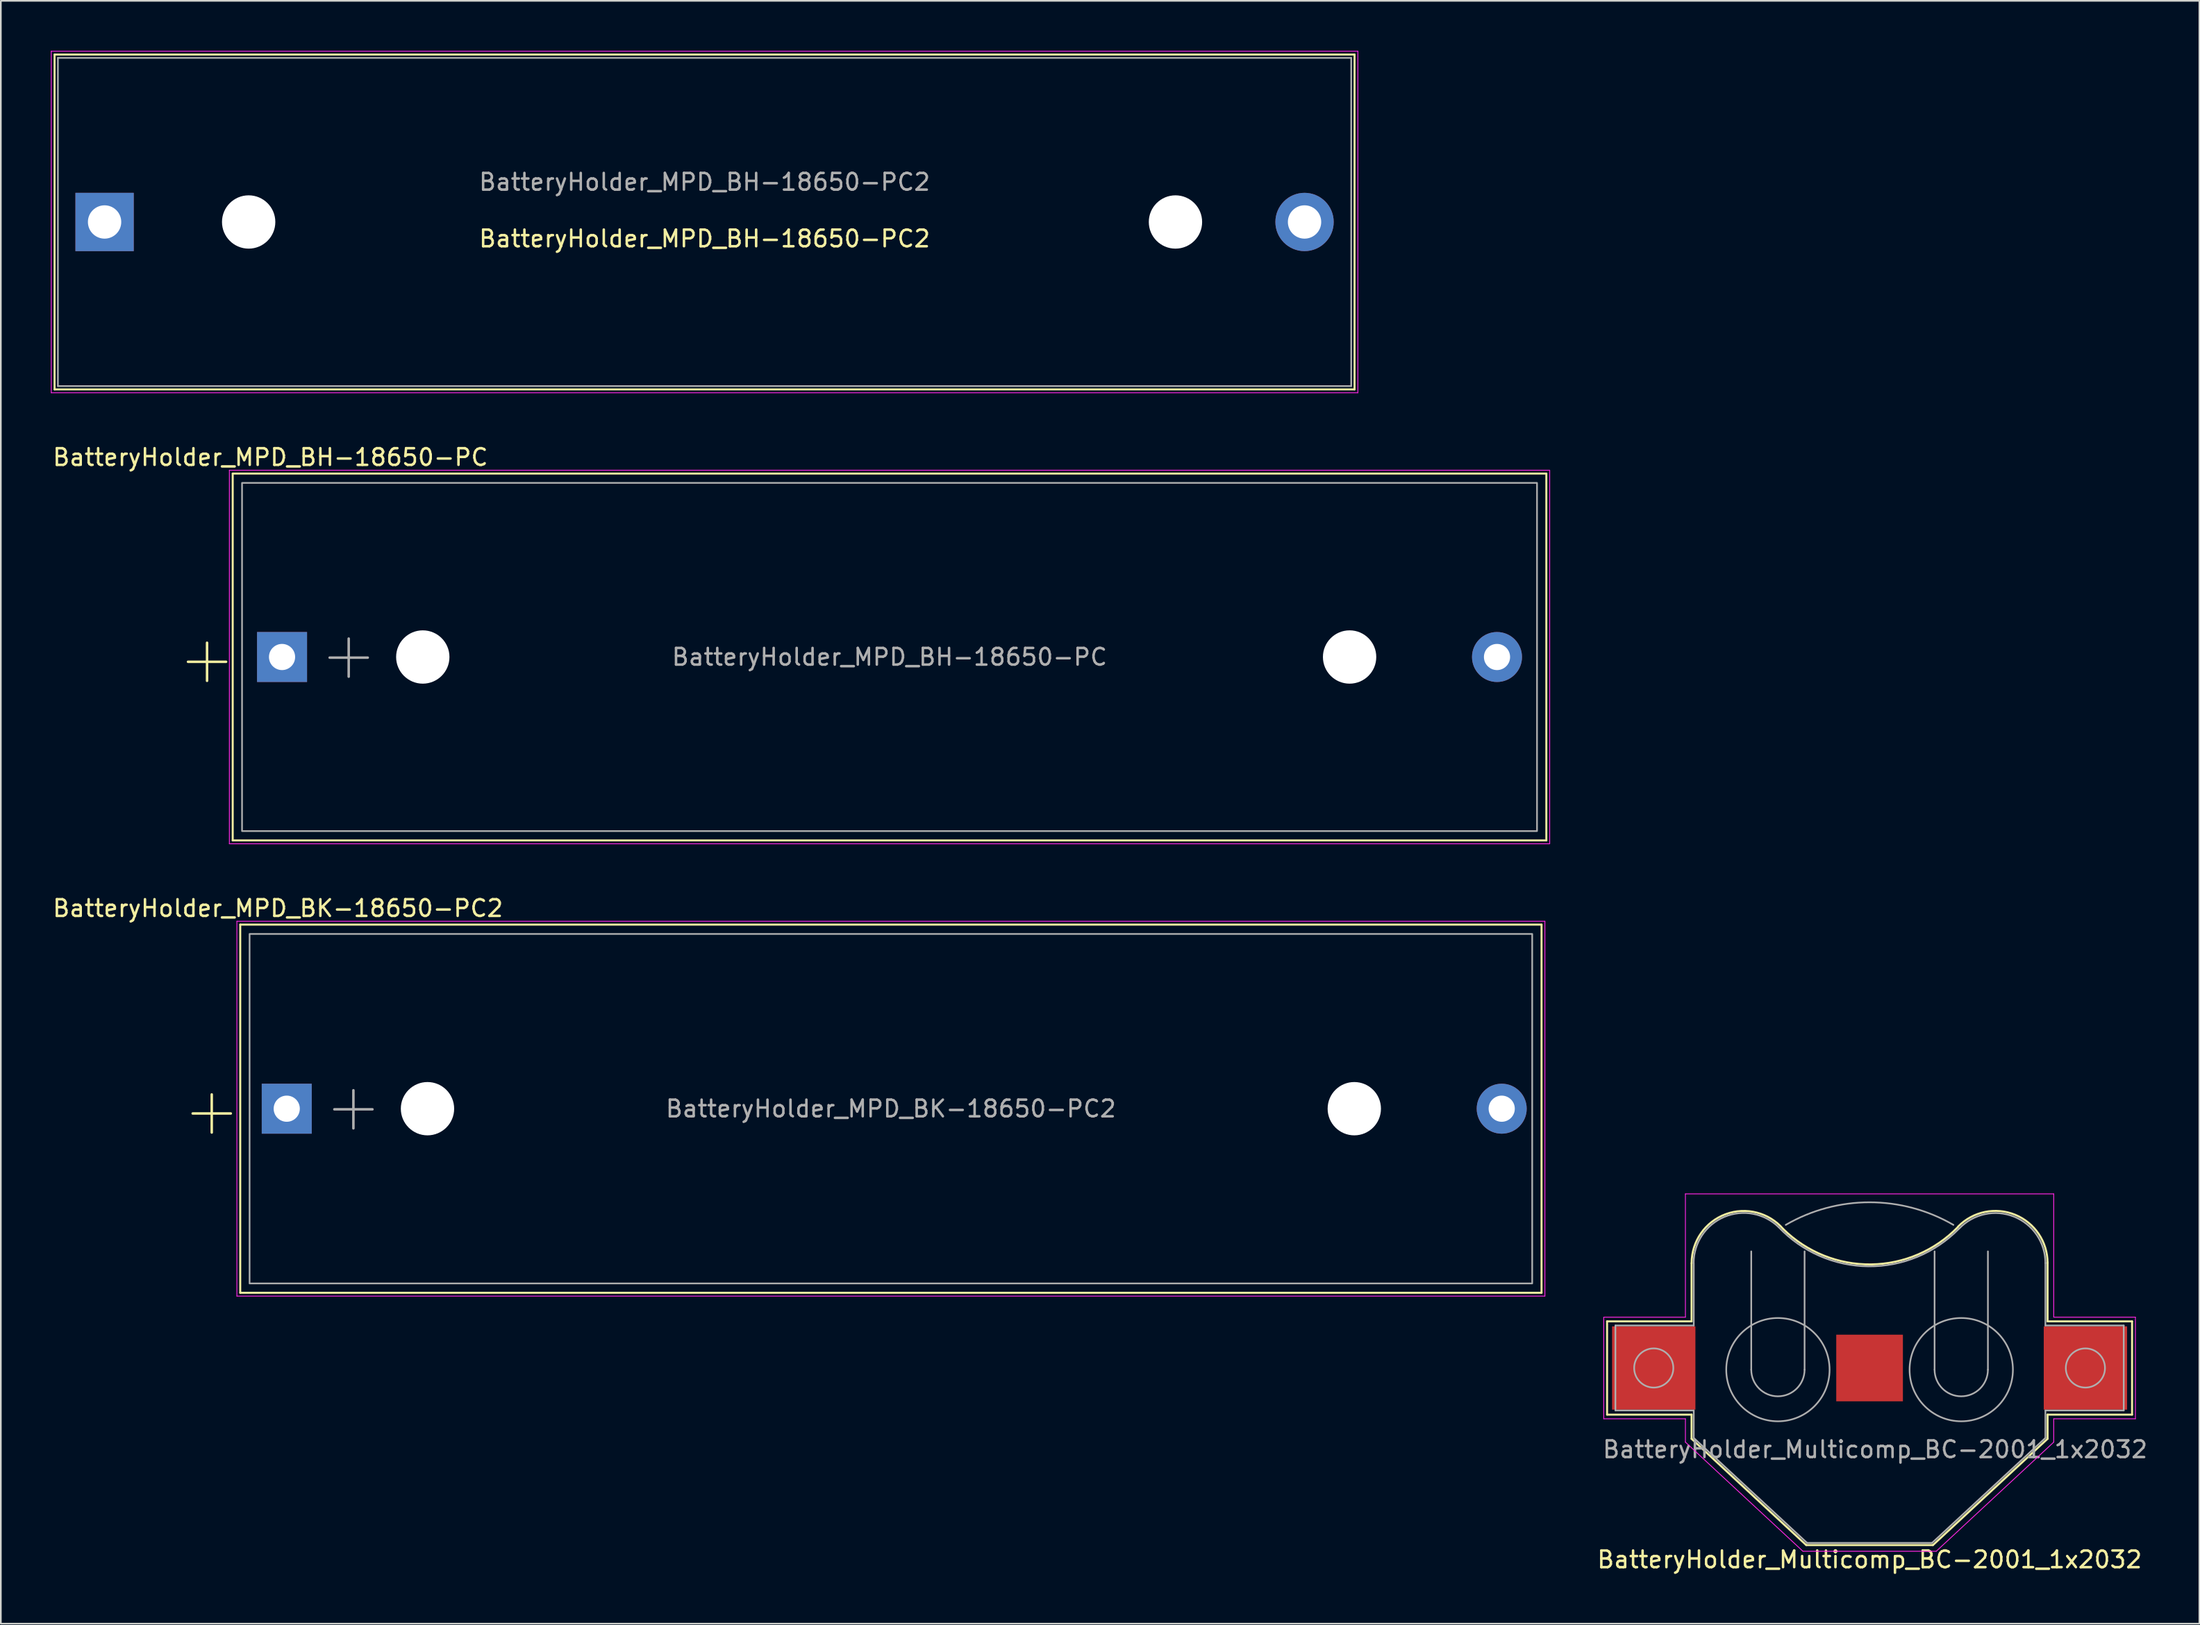
<source format=kicad_pcb>
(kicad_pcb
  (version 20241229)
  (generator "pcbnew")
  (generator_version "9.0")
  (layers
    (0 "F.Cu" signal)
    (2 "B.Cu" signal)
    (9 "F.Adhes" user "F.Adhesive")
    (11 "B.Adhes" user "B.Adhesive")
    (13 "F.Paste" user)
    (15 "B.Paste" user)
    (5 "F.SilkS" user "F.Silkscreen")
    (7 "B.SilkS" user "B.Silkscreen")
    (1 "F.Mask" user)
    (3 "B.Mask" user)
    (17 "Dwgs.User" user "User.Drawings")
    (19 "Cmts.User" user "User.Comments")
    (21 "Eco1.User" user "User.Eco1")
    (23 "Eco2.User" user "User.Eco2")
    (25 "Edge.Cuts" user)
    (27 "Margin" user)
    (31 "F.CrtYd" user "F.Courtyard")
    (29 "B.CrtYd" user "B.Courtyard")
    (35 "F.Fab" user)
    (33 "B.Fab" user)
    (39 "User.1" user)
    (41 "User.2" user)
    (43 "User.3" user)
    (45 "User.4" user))
  (footprint "BatteryHolder_MPD_BH-18650-PC2"
    (layer "F.Cu")
    (at 3.225 10.275)
    (property "Reference" "BatteryHolder_MPD_BH-18650-PC2" (at 36 1 0) (layer "F.SilkS") (effects (font (size 1 1) (thickness 0.15))))
    (attr through_hole)
    (fp_line (start -3 -10.05) (end 75 -10.05) (stroke (width 0.12) (type solid)) (layer "F.SilkS"))
    (fp_line (start -3 10.05) (end -3 -10.05) (stroke (width 0.12) (type solid)) (layer "F.SilkS"))
    (fp_line (start 75 -10.05) (end 75 10.05) (stroke (width 0.12) (type solid)) (layer "F.SilkS"))
    (fp_line (start 75 10.05) (end -3 10.05) (stroke (width 0.12) (type solid)) (layer "F.SilkS"))
    (fp_line (start -3.2 -10.25) (end 75.2 -10.25) (stroke (width 0.05) (type solid)) (layer "F.CrtYd"))
    (fp_line (start -3.2 10.25) (end -3.2 -10.25) (stroke (width 0.05) (type solid)) (layer "F.CrtYd"))
    (fp_line (start 75.2 -10.25) (end 75.2 10.25) (stroke (width 0.05) (type solid)) (layer "F.CrtYd"))
    (fp_line (start 75.2 10.25) (end -3.2 10.25) (stroke (width 0.05) (type solid)) (layer "F.CrtYd"))
    (fp_line (start -2.8 -9.85) (end 74.8 -9.85) (stroke (width 0.1) (type solid)) (layer "F.Fab"))
    (fp_line (start -2.8 9.85) (end -2.8 -9.85) (stroke (width 0.1) (type solid)) (layer "F.Fab"))
    (fp_line (start 74.8 -9.85) (end 74.8 9.85) (stroke (width 0.1) (type solid)) (layer "F.Fab"))
    (fp_line (start 74.8 9.85) (end -2.8 9.85) (stroke (width 0.1) (type solid)) (layer "F.Fab"))
    (fp_text user "${REFERENCE}" (at 36 -2.4 0) (layer "F.Fab") (effects (font (size 1 1) (thickness 0.15))))
    (pad "" np_thru_hole circle (at 8.645 0) (size 3.2 3.2) (drill 3.2) (layers "*.Cu" "*.Mask"))
    (pad "" np_thru_hole circle (at 64.255 0) (size 3.2 3.2) (drill 3.2) (layers "*.Cu" "*.Mask"))
    (pad "1" thru_hole rect (at 0 0) (size 3.5 3.5) (drill 2) (layers "*.Cu" "*.Mask"))
    (pad "2" thru_hole circle (at 72 0) (size 3.5 3.5) (drill 2) (layers "*.Cu" "*.Mask")))
  (footprint "BatteryHolder_MPD_BK-18650-PC2"
    (layer "F.Cu")
    (at 14.155 63.502)
    (property "Reference" "BatteryHolder_MPD_BK-18650-PC2" (at -0.53 -12.03 0) (layer "F.SilkS") (effects (font (size 1 1) (thickness 0.15))))
    (attr through_hole)
    (fp_line (start -2.79 -11.05) (end -2.79 11.05) (stroke (width 0.12) (type solid)) (layer "F.SilkS"))
    (fp_line (start -2.79 -11.05) (end 75.29 -11.05) (stroke (width 0.12) (type solid)) (layer "F.SilkS"))
    (fp_line (start -2.79 11.05) (end 75.29 11.05) (stroke (width 0.12) (type solid)) (layer "F.SilkS"))
    (fp_line (start 75.29 -11.05) (end 75.29 11.05) (stroke (width 0.12) (type solid)) (layer "F.SilkS"))
    (fp_line (start -2.99 -11.25) (end -2.99 11.25) (stroke (width 0.05) (type solid)) (layer "F.CrtYd"))
    (fp_line (start -2.99 11.25) (end 75.49 11.25) (stroke (width 0.05) (type solid)) (layer "F.CrtYd"))
    (fp_line (start 75.49 -11.25) (end -2.99 -11.25) (stroke (width 0.05) (type solid)) (layer "F.CrtYd"))
    (fp_line (start 75.49 11.25) (end 75.49 -11.25) (stroke (width 0.05) (type solid)) (layer "F.CrtYd"))
    (fp_rect (start -2.23 -10.49) (end 74.73 10.49) (stroke (width 0.1) (type solid)) (fill no) (layer "F.Fab"))
    (fp_text user "+" (at -4.5 0.05 0) (layer "F.SilkS") (effects (font (size 3 3) (thickness 0.15))))
    (fp_text user "${REFERENCE}" (at 36.25 0 0) (layer "F.Fab") (effects (font (size 1 1) (thickness 0.15))))
    (fp_text user "+" (at 4 -0.2 0) (layer "F.Fab") (effects (font (size 3 3) (thickness 0.15))))
    (pad "" np_thru_hole circle (at 8.445 0) (size 3.2 3.2) (drill 3.2) (layers "*.Cu" "*.Mask"))
    (pad "" np_thru_hole circle (at 64.055 0) (size 3.2 3.2) (drill 3.2) (layers "*.Cu" "*.Mask"))
    (pad "1" thru_hole rect (at 0 0) (size 3 3) (drill 1.57) (layers "*.Cu" "*.Mask"))
    (pad "2" thru_hole circle (at 72.9 0) (size 3 3) (drill 1.57) (layers "*.Cu" "*.Mask")))
  (footprint "BatteryHolder_Multicomp_BC-2001_1x2032"
    (layer "F.Cu")
    (at 109.128 79.067)
    (property "Reference" "BatteryHolder_Multicomp_BC-2001_1x2032" (at 0 11.5 0) (layer "F.SilkS") (effects (font (size 1 1) (thickness 0.15))))
    (attr smd)
    (fp_line (start -15.75 -2.8) (end -10.68 -2.8) (stroke (width 0.12) (type solid)) (layer "F.SilkS"))
    (fp_line (start -15.75 2.8) (end -15.75 -2.8) (stroke (width 0.12) (type solid)) (layer "F.SilkS"))
    (fp_line (start -15.75 2.8) (end -10.68 2.8) (stroke (width 0.12) (type solid)) (layer "F.SilkS"))
    (fp_line (start -10.68 -2.8) (end -10.68 -6.28) (stroke (width 0.12) (type solid)) (layer "F.SilkS"))
    (fp_line (start -10.68 2.8) (end -10.68 4.25) (stroke (width 0.12) (type solid)) (layer "F.SilkS"))
    (fp_line (start -10.68 4.25) (end -3.8 10.63) (stroke (width 0.12) (type solid)) (layer "F.SilkS"))
    (fp_line (start 3.8 10.63) (end -3.8 10.63) (stroke (width 0.12) (type solid)) (layer "F.SilkS"))
    (fp_line (start 10.68 -2.8) (end 10.68 -6.35) (stroke (width 0.12) (type solid)) (layer "F.SilkS"))
    (fp_line (start 10.68 2.8) (end 10.68 4.25) (stroke (width 0.12) (type solid)) (layer "F.SilkS"))
    (fp_line (start 10.68 2.8) (end 15.75 2.8) (stroke (width 0.12) (type solid)) (layer "F.SilkS"))
    (fp_line (start 10.68 4.25) (end 3.8 10.63) (stroke (width 0.12) (type solid)) (layer "F.SilkS"))
    (fp_line (start 15.75 -2.8) (end 10.68 -2.8) (stroke (width 0.12) (type solid)) (layer "F.SilkS"))
    (fp_line (start 15.75 2.8) (end 15.75 -2.8) (stroke (width 0.12) (type solid)) (layer "F.SilkS"))
    (fp_arc (start -10.677058 -6.3) (mid -8.637972 -9.23169) (end -5.180001 -8.339999) (stroke (width 0.12) (type solid)) (layer "F.SilkS"))
    (fp_arc (start 5.306422 -8.467392) (mid 0.096808 -6.218103) (end -5.169999 -8.330001) (stroke (width 0.12) (type solid)) (layer "F.SilkS"))
    (fp_arc (start 5.316452 -8.492753) (mid 8.734461 -9.197232) (end 10.68 -6.3) (stroke (width 0.12) (type solid)) (layer "F.SilkS"))
    (fp_line (start -15.95 -3.05) (end -15.95 3.05) (stroke (width 0.05) (type solid)) (layer "F.CrtYd"))
    (fp_line (start -15.95 -3.05) (end -11.05 -3.05) (stroke (width 0.05) (type solid)) (layer "F.CrtYd"))
    (fp_line (start -15.95 3.05) (end -11.05 3.05) (stroke (width 0.05) (type solid)) (layer "F.CrtYd"))
    (fp_line (start -11.05 -10.45) (end 11.05 -10.45) (stroke (width 0.05) (type solid)) (layer "F.CrtYd"))
    (fp_line (start -11.05 -3.05) (end -11.05 -10.45) (stroke (width 0.05) (type solid)) (layer "F.CrtYd"))
    (fp_line (start -11.05 3.05) (end -11.05 4.45) (stroke (width 0.05) (type solid)) (layer "F.CrtYd"))
    (fp_line (start -11.05 4.45) (end -4 11) (stroke (width 0.05) (type solid)) (layer "F.CrtYd"))
    (fp_line (start -4 11) (end 4 11) (stroke (width 0.05) (type solid)) (layer "F.CrtYd"))
    (fp_line (start 4 11) (end 11.05 4.45) (stroke (width 0.05) (type solid)) (layer "F.CrtYd"))
    (fp_line (start 11.05 -3.05) (end 11.05 -10.45) (stroke (width 0.05) (type solid)) (layer "F.CrtYd"))
    (fp_line (start 11.05 -3.05) (end 15.95 -3.05) (stroke (width 0.05) (type solid)) (layer "F.CrtYd"))
    (fp_line (start 11.05 3.05) (end 11.05 4.45) (stroke (width 0.05) (type solid)) (layer "F.CrtYd"))
    (fp_line (start 11.05 3.05) (end 15.95 3.05) (stroke (width 0.05) (type solid)) (layer "F.CrtYd"))
    (fp_line (start 15.95 3.05) (end 15.95 -3.05) (stroke (width 0.05) (type solid)) (layer "F.CrtYd"))
    (fp_line (start -15.25 -2.55) (end -15.25 2.55) (stroke (width 0.1) (type solid)) (layer "F.Fab"))
    (fp_line (start -15.25 -2.55) (end -10.55 -2.55) (stroke (width 0.1) (type solid)) (layer "F.Fab"))
    (fp_line (start -15.25 2.55) (end -10.55 2.55) (stroke (width 0.1) (type solid)) (layer "F.Fab"))
    (fp_line (start -10.55 -6.29) (end -10.55 -2.55) (stroke (width 0.1) (type solid)) (layer "F.Fab"))
    (fp_line (start -10.55 2.55) (end -10.55 4.2) (stroke (width 0.1) (type solid)) (layer "F.Fab"))
    (fp_line (start -10.55 4.2) (end -3.75 10.5) (stroke (width 0.1) (type solid)) (layer "F.Fab"))
    (fp_line (start -7.1 0.1) (end -7.1 -7) (stroke (width 0.1) (type solid)) (layer "F.Fab"))
    (fp_line (start -3.9 0.1) (end -3.9 -7) (stroke (width 0.1) (type solid)) (layer "F.Fab"))
    (fp_line (start -3.75 10.5) (end 3.75 10.5) (stroke (width 0.1) (type solid)) (layer "F.Fab"))
    (fp_line (start 3.9 0.1) (end 3.9 -7) (stroke (width 0.1) (type solid)) (layer "F.Fab"))
    (fp_line (start 7.1 0.1) (end 7.1 -7) (stroke (width 0.1) (type solid)) (layer "F.Fab"))
    (fp_line (start 10.55 -6.3) (end 10.55 -2.55) (stroke (width 0.1) (type solid)) (layer "F.Fab"))
    (fp_line (start 10.55 -2.55) (end 15.25 -2.55) (stroke (width 0.1) (type solid)) (layer "F.Fab"))
    (fp_line (start 10.55 2.55) (end 10.55 4.2) (stroke (width 0.1) (type solid)) (layer "F.Fab"))
    (fp_line (start 10.55 2.55) (end 15.25 2.55) (stroke (width 0.1) (type solid)) (layer "F.Fab"))
    (fp_line (start 10.55 4.2) (end 3.75 10.5) (stroke (width 0.1) (type solid)) (layer "F.Fab"))
    (fp_line (start 15.25 2.55) (end 15.25 -2.55) (stroke (width 0.1) (type solid)) (layer "F.Fab"))
    (fp_arc (start -10.55541 -6.3) (mid -8.716433 -9.069824) (end -5.450001 -8.449999) (stroke (width 0.1) (type solid)) (layer "F.Fab"))
    (fp_arc (start -5.03 -8.59) (mid 0.000119 -9.946168) (end 5.030206 -8.58988) (stroke (width 0.1) (type default)) (layer "F.Fab"))
    (fp_arc (start -3.9 0.1) (mid -5.5 1.7) (end -7.1 0.1) (stroke (width 0.1) (type solid)) (layer "F.Fab"))
    (fp_arc (start 5.351903 -8.348132) (mid -0.070711 -6.102001) (end -5.449999 -8.450001) (stroke (width 0.1) (type solid)) (layer "F.Fab"))
    (fp_arc (start 5.376326 -8.367641) (mid 8.663323 -9.085769) (end 10.55 -6.3) (stroke (width 0.1) (type solid)) (layer "F.Fab"))
    (fp_arc (start 7.1 0.1) (mid 5.5 1.7) (end 3.9 0.1) (stroke (width 0.1) (type solid)) (layer "F.Fab"))
    (fp_circle (center -12.95 0) (end -11.775 0) (stroke (width 0.1) (type solid)) (fill no) (layer "F.Fab"))
    (fp_circle (center -5.5 0.1) (end -2.4 0.1) (stroke (width 0.1) (type solid)) (fill no) (layer "F.Fab"))
    (fp_circle (center 5.5 0.1) (end 8.6 0.1) (stroke (width 0.1) (type solid)) (fill no) (layer "F.Fab"))
    (fp_circle (center 12.95 0) (end 14.125 0) (stroke (width 0.1) (type solid)) (fill no) (layer "F.Fab"))
    (fp_text user "${REFERENCE}" (at 0.33 4.89 0) (layer "F.Fab") (effects (font (size 1 1) (thickness 0.15))))
    (pad "1" smd rect (at -12.95 0) (size 5 5) (layers "F.Cu" "F.Mask" "F.Paste"))
    (pad "1" smd rect (at 12.95 0) (size 5 5) (layers "F.Cu" "F.Mask" "F.Paste"))
    (pad "2" smd rect (at 0 0) (size 4 4) (layers "F.Cu" "F.Mask" "F.Paste"))
    (zone (net_name "") (layers "F.Cu" "F.Fab") (hatch edge 0.5) (connect_pads) (min_thickness 0.25) (filled_areas_thickness no) (keepout (tracks allowed) (vias allowed) (pads allowed) (copperpour allowed) (footprints not_allowed)) (placement (enabled no)) (fill) (polygon (pts (xy 110.098 50.663) (xy 110.743 50.743) (xy 111.381 50.862) (xy 112.011 51.021) (xy 112.631 51.218) (xy 113.237 51.453) (xy 113.827 51.724) (xy 114.399 52.032) (xy 114.952 52.374) (xy 115.482 52.749) (xy 115.988 53.157) (xy 116.469 53.594) (xy 116.921 54.061) (xy 117.344 54.554) (xy 117.735 55.073) (xy 118.094 55.614) (xy 118.419 56.177) (xy 118.709 56.759) (xy 118.962 57.357) (xy 119.178 57.97) (xy 119.356 58.595) (xy 119.495 59.23) (xy 119.594 59.872) (xy 119.654 60.519) (xy 119.674 61.168) (xy 119.654 61.818) (xy 119.594 62.465) (xy 119.495 63.107) (xy 119.356 63.742) (xy 119.178 64.367) (xy 118.962 64.98) (xy 118.709 65.578) (xy 118.419 66.16) (xy 118.094 66.722) (xy 117.735 67.264) (xy 117.344 67.782) (xy 116.921 68.276) (xy 116.469 68.742) (xy 115.988 69.18) (xy 115.482 69.588) (xy 114.952 69.963) (xy 114.399 70.305) (xy 113.827 70.612) (xy 113.237 70.884) (xy 112.631 71.119) (xy 112.011 71.316) (xy 111.381 71.474) (xy 110.743 71.594) (xy 110.098 71.673) (xy 109.449 71.713) (xy 108.799 71.713) (xy 108.151 71.673) (xy 107.506 71.594) (xy 106.867 71.474) (xy 106.237 71.316) (xy 105.618 71.119) (xy 105.012 70.884) (xy 104.422 70.612) (xy 103.849 70.305) (xy 103.297 69.963) (xy 102.766 69.588) (xy 102.26 69.18) (xy 101.78 68.742) (xy 101.328 68.276) (xy 100.905 67.782) (xy 100.513 67.264) (xy 100.154 66.722) (xy 99.829 66.16) (xy 99.54 65.578) (xy 99.287 64.98) (xy 99.071 64.367) (xy 98.893 63.742) (xy 98.754 63.107) (xy 98.654 62.465) (xy 98.594 61.818) (xy 98.574 61.168) (xy 98.594 60.519) (xy 98.654 59.872) (xy 98.754 59.23) (xy 98.893 58.595) (xy 99.071 57.97) (xy 99.287 57.357) (xy 99.54 56.759) (xy 99.829 56.177) (xy 100.154 55.614) (xy 100.513 55.073) (xy 100.905 54.554) (xy 101.328 54.061) (xy 101.78 53.594) (xy 102.26 53.157) (xy 102.766 52.749) (xy 103.297 52.374) (xy 103.849 52.032) (xy 104.422 51.724) (xy 105.012 51.453) (xy 105.618 51.218) (xy 106.237 51.021) (xy 106.867 50.862) (xy 107.506 50.743) (xy 108.151 50.663) (xy 108.799 50.623) (xy 109.449 50.623)))))
  (footprint "BatteryHolder_MPD_BH-18650-PC"
    (layer "F.Cu")
    (at 13.873 36.388)
    (property "Reference" "BatteryHolder_MPD_BH-18650-PC" (at -0.7 -11.99 0) (layer "F.SilkS") (effects (font (size 1 1) (thickness 0.15))))
    (attr through_hole)
    (fp_line (start -2.96 -11.01) (end -2.96 11.01) (stroke (width 0.12) (type solid)) (layer "F.SilkS"))
    (fp_line (start -2.96 -11.01) (end 75.86 -11.01) (stroke (width 0.12) (type solid)) (layer "F.SilkS"))
    (fp_line (start -2.96 11.01) (end 75.86 11.01) (stroke (width 0.12) (type solid)) (layer "F.SilkS"))
    (fp_line (start 75.86 -11.01) (end 75.86 11.01) (stroke (width 0.12) (type solid)) (layer "F.SilkS"))
    (fp_line (start -3.16 -11.21) (end -3.16 11.21) (stroke (width 0.05) (type solid)) (layer "F.CrtYd"))
    (fp_line (start -3.16 11.21) (end 76.06 11.21) (stroke (width 0.05) (type solid)) (layer "F.CrtYd"))
    (fp_line (start 76.06 -11.21) (end -3.16 -11.21) (stroke (width 0.05) (type solid)) (layer "F.CrtYd"))
    (fp_line (start 76.06 11.21) (end 76.06 -11.21) (stroke (width 0.05) (type solid)) (layer "F.CrtYd"))
    (fp_rect (start -2.4 -10.45) (end 75.3 10.45) (stroke (width 0.1) (type solid)) (fill no) (layer "F.Fab"))
    (fp_text user "+" (at -4.5 0.05 0) (layer "F.SilkS") (effects (font (size 3 3) (thickness 0.15))))
    (fp_text user "${REFERENCE}" (at 36.45 0 0) (layer "F.Fab") (effects (font (size 1 1) (thickness 0.15))))
    (fp_text user "+" (at 4 -0.2 0) (layer "F.Fab") (effects (font (size 3 3) (thickness 0.15))))
    (pad "" np_thru_hole circle (at 8.445 0) (size 3.2 3.2) (drill 3.2) (layers "*.Cu" "*.Mask"))
    (pad "" np_thru_hole circle (at 64.055 0) (size 3.2 3.2) (drill 3.2) (layers "*.Cu" "*.Mask"))
    (pad "1" thru_hole rect (at 0 0) (size 3 3) (drill 1.57) (layers "*.Cu" "*.Mask"))
    (pad "2" thru_hole circle (at 72.9 0) (size 3 3) (drill 1.57) (layers "*.Cu" "*.Mask")))
  (gr_rect
    (start -3 -3)
    (end 128.917 94.415)
    (stroke (width 0.1) (type default))
    (fill no)
    (layer "Edge.Cuts")))
</source>
